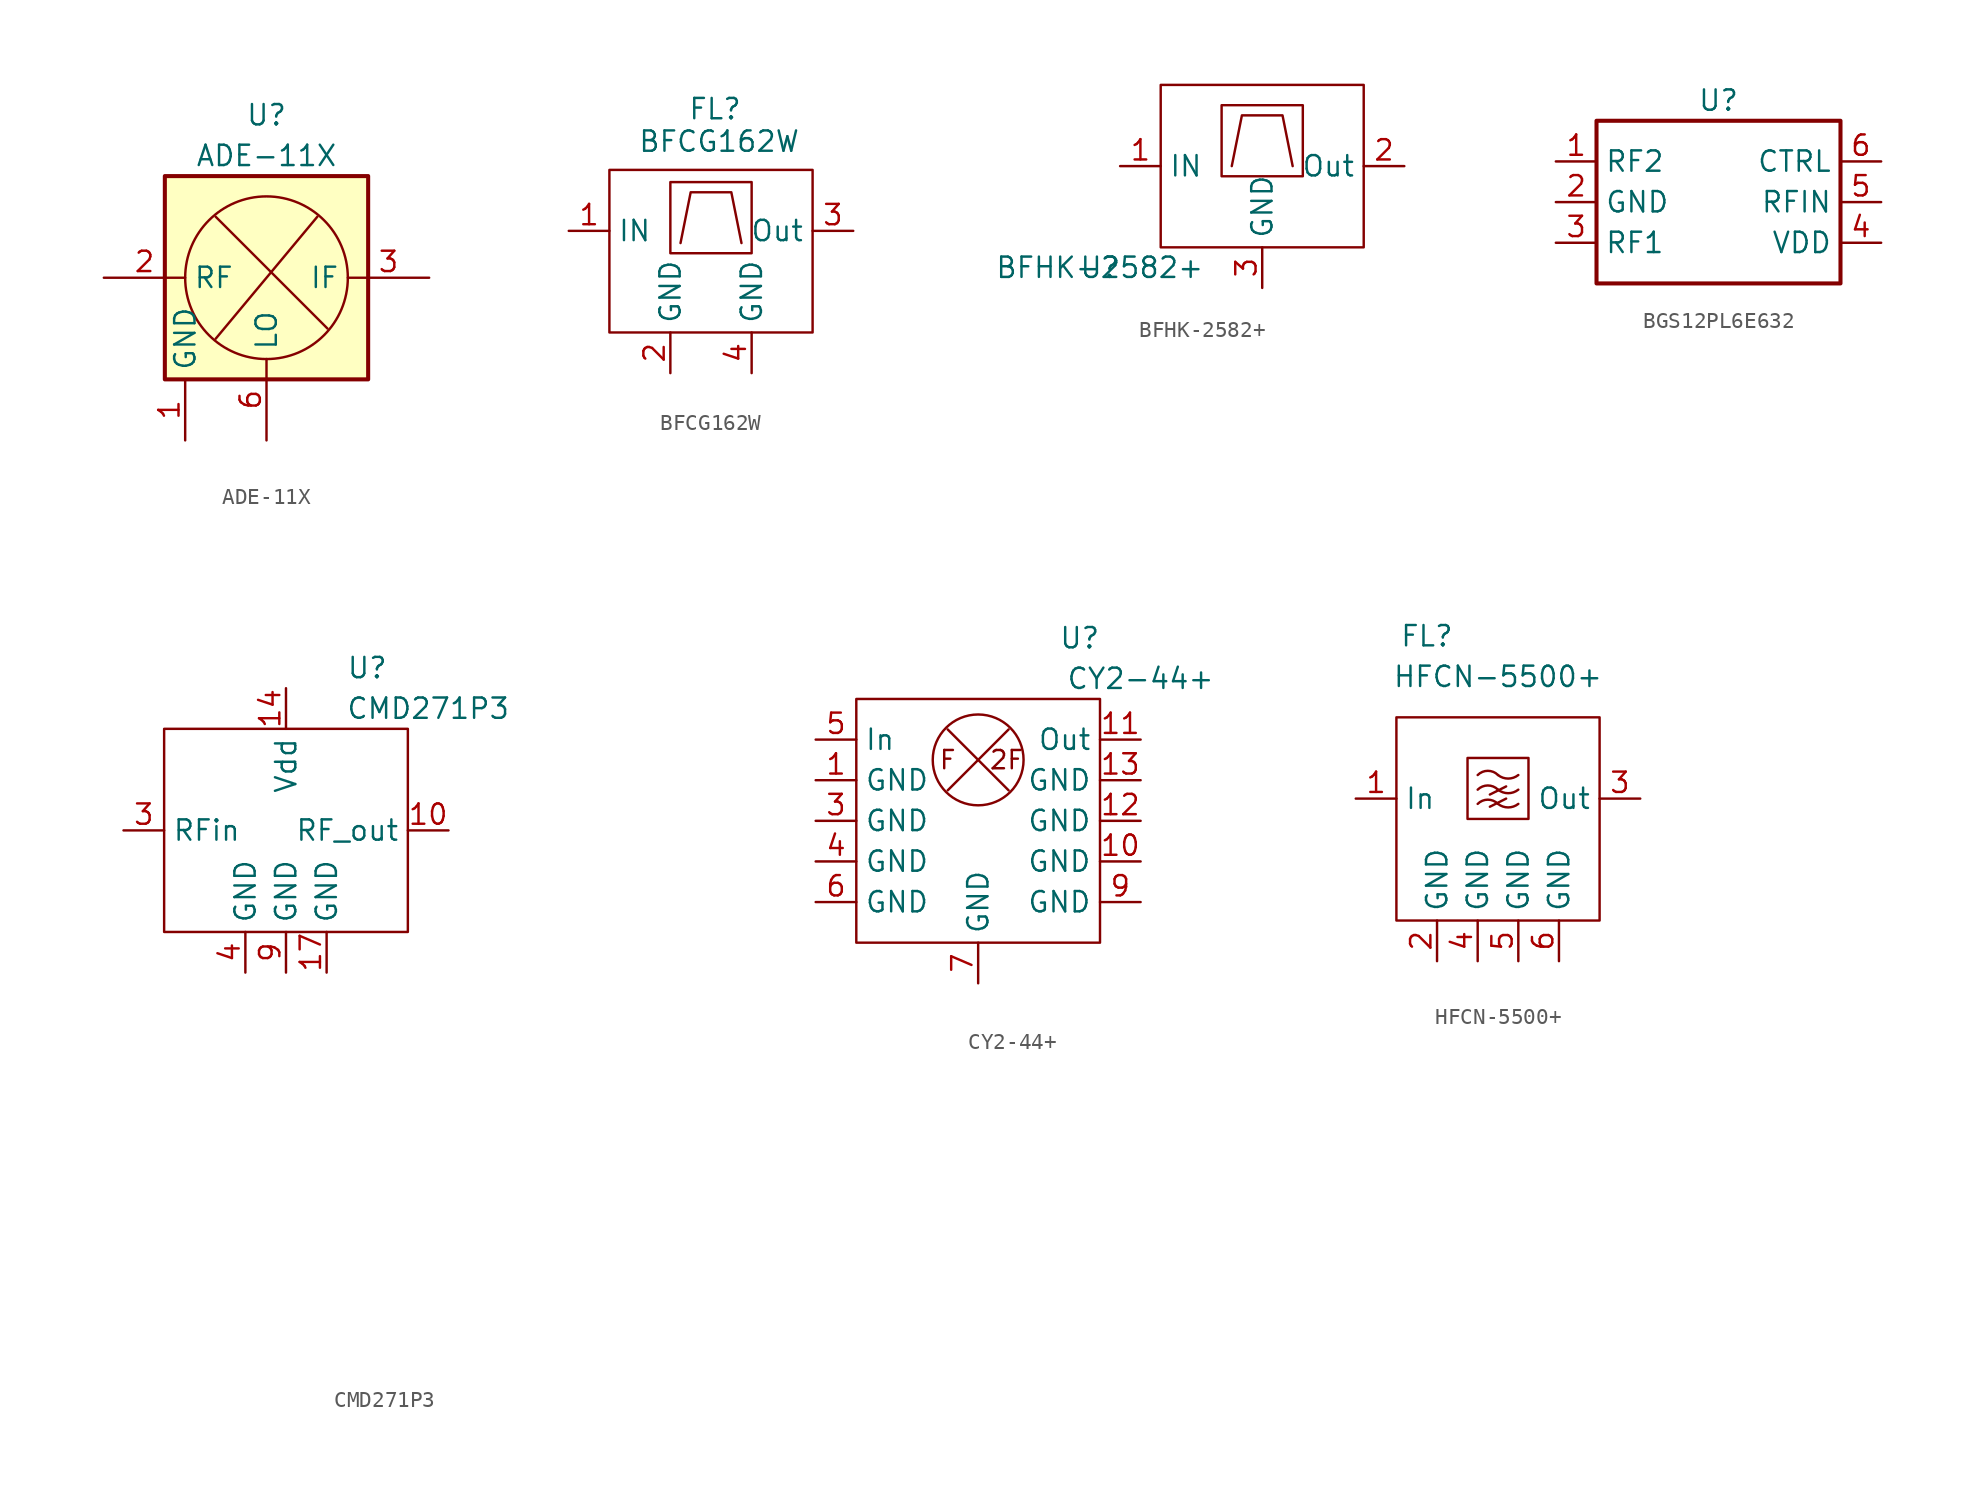
<source format=kicad_sym>
(kicad_symbol_lib
  (version 20220914)
  (generator kicad_symbol_editor)
  (symbol "ADE-11X"
    (property "Reference" "U"
      (at 0 10.16 0)
      (effects (font (size 1.27 1.27))))
    (property "Value" "ADE-11X"
      (at 0 7.62 0)
      (effects (font (size 1.27 1.27))))
    (symbol "ADE-11X_0_1"
      (rectangle (start -6.35 6.35) (end 6.35 -6.35) (stroke (width 0.254) (type default)) (fill (type background)))
      (polyline (pts (xy -3.175 -3.81) (xy 3.175 3.81)) (stroke (width 0) (type default)) (fill (type none)))
      (polyline (pts (xy 3.81 -3.175) (xy -3.175 3.81)) (stroke (width 0) (type default)) (fill (type none)))
      (circle (center 0 0) (radius 5.08) (stroke (width 0) (type default)) (fill (type none))))
    (symbol "ADE-11X_1_1"
      (pin power_in line (at -5.08 -10.16 90) (length 3.81) (name "GND" (effects (font (size 1.27 1.27)))) (number "1" (effects (font (size 1.27 1.27)))))
      (pin input line (at -10.16 0 0) (length 5.08) (name "RF" (effects (font (size 1.27 1.27)))) (number "2" (effects (font (size 1.27 1.27)))))
      (pin output line (at 10.16 0 180) (length 5.08) (name "IF" (effects (font (size 1.27 1.27)))) (number "3" (effects (font (size 1.27 1.27)))))
      (pin passive line (at -5.08 -10.16 90) (length 3.81) hide (name "GND" (effects (font (size 1.27 1.27)))) (number "4" (effects (font (size 1.27 1.27)))))
      (pin passive line (at -5.08 -10.16 90) (length 3.81) hide (name "GND" (effects (font (size 1.27 1.27)))) (number "5" (effects (font (size 1.27 1.27)))))
      (pin input line (at 0 -10.16 90) (length 5.08) (name "LO" (effects (font (size 1.27 1.27)))) (number "6" (effects (font (size 1.27 1.27)))))))
  (symbol "BFCG162W"
    (property "Reference" "FL"
      (at 0.254 7.62 0)
      (effects (font (size 1.27 1.27))))
    (property "Value" "BFCG162W"
      (at 0.508 5.588 0)
      (effects (font (size 1.27 1.27))))
    (symbol "BFCG162W_0_0"
      (rectangle (start -6.35 3.81) (end 6.35 -6.35) (stroke (width 0) (type default)) (fill (type none)))
      (rectangle (start -2.54 3.048) (end 2.54 -1.397) (stroke (width 0) (type default)) (fill (type none)))
      (polyline (pts (xy -1.905 -0.762) (xy -1.27 2.413) (xy 1.27 2.413) (xy 1.905 -0.762)) (stroke (width 0) (type default)) (fill (type none)))
      (pin input line (at -8.89 0 0) (length 2.54) (name "IN" (effects (font (size 1.27 1.27)))) (number "1" (effects (font (size 1.27 1.27)))))
      (pin passive line (at -2.54 -8.89 90) (length 2.54) (name "GND" (effects (font (size 1.27 1.27)))) (number "2" (effects (font (size 1.27 1.27)))))
      (pin output line (at 8.89 0 180) (length 2.54) (name "Out" (effects (font (size 1.27 1.27)))) (number "3" (effects (font (size 1.27 1.27)))))
      (pin passive line (at 2.54 -8.89 90) (length 2.54) (name "GND" (effects (font (size 1.27 1.27)))) (number "4" (effects (font (size 1.27 1.27)))))))
  (symbol "BFHK-2582+"
    (property "Reference" "U"
      (at 0 0 0)
      (effects (font (size 1.27 1.27))))
    (property "Value" "BFHK-2582+"
      (at 0 0 0)
      (effects (font (size 1.27 1.27))))
    (symbol "BFHK-2582+_0_0"
      (polyline (pts (xy 8.255 6.35) (xy 8.89 9.525) (xy 11.43 9.525) (xy 12.065 6.35)) (stroke (width 0) (type default)) (fill (type none)))
      (rectangle (start 3.81 11.43) (end 16.51 1.27) (stroke (width 0) (type default)) (fill (type none)))
      (rectangle (start 7.62 10.16) (end 12.7 5.715) (stroke (width 0) (type default)) (fill (type none)))
      (pin input line (at 1.27 6.35 0) (length 2.54) (name "IN" (effects (font (size 1.27 1.27)))) (number "1" (effects (font (size 1.27 1.27)))))
      (pin output line (at 19.05 6.35 180) (length 2.54) (name "Out" (effects (font (size 1.27 1.27)))) (number "2" (effects (font (size 1.27 1.27)))))
      (pin passive line (at 10.16 -1.27 90) (length 2.54) (name "GND" (effects (font (size 1.27 1.27)))) (number "3" (effects (font (size 1.27 1.27)))))))
  (symbol "BGS12PL6E632"
    (property "Reference" "U"
      (at 0 6.35 0)
      (effects (font (size 1.27 1.27))))
    (property "Value" ""
      (at 5.08 -1.27 0)
      (effects (font (size 1.27 1.27))))
    (symbol "BGS12PL6E632_0_0"
      (text "" (at 3.81 3.81 0) (effects (font (size 1.27 1.27)))))
    (symbol "BGS12PL6E632_1_0"
      (rectangle (start 7.62 5.08) (end -7.62 -5.08) (stroke (width 0.254) (type default)) (fill (type none)))
      (pin passive line (at -10.16 2.54 0) (length 2.54) (name "RF2" (effects (font (size 1.27 1.27)))) (number "1" (effects (font (size 1.27 1.27)))))
      (pin passive line (at -10.16 0 0) (length 2.54) (name "GND" (effects (font (size 1.27 1.27)))) (number "2" (effects (font (size 1.27 1.27)))))
      (pin passive line (at -10.16 -2.54 0) (length 2.54) (name "RF1" (effects (font (size 1.27 1.27)))) (number "3" (effects (font (size 1.27 1.27)))))
      (pin passive line (at 10.16 -2.54 180) (length 2.54) (name "VDD" (effects (font (size 1.27 1.27)))) (number "4" (effects (font (size 1.27 1.27)))))
      (pin passive line (at 10.16 0 180) (length 2.54) (name "RFIN" (effects (font (size 1.27 1.27)))) (number "5" (effects (font (size 1.27 1.27)))))
      (pin passive line (at 10.16 2.54 180) (length 2.54) (name "CTRL" (effects (font (size 1.27 1.27)))) (number "6" (effects (font (size 1.27 1.27)))))))
  (symbol "CMD271P3"
    (property "Reference" "U"
      (at 5.08 10.16 0)
      (effects (font (size 1.27 1.27))))
    (property "Value" "CMD271P3"
      (at 8.89 7.62 0)
      (effects (font (size 1.27 1.27))))
    (symbol "CMD271P3_0_0"
      (pin no_connect line (at 20.32 -5.08 0) (length 2.54) hide (name "NC" (effects (font (size 1.27 1.27)))) (number "1" (effects (font (size 1.27 1.27)))))
      (pin unspecified line (at 10.16 0 180) (length 2.54) (name "RF_out" (effects (font (size 1.27 1.27)))) (number "10" (effects (font (size 1.27 1.27)))))
      (pin no_connect line (at 20.32 -20.32 0) (length 2.54) hide (name "NC" (effects (font (size 1.27 1.27)))) (number "11" (effects (font (size 1.27 1.27)))))
      (pin no_connect line (at 20.32 -22.86 0) (length 2.54) hide (name "NC" (effects (font (size 1.27 1.27)))) (number "12" (effects (font (size 1.27 1.27)))))
      (pin no_connect line (at 20.32 -25.4 0) (length 2.54) hide (name "NC" (effects (font (size 1.27 1.27)))) (number "13" (effects (font (size 1.27 1.27)))))
      (pin unspecified line (at 0 8.89 270) (length 2.54) (name "Vdd" (effects (font (size 1.27 1.27)))) (number "14" (effects (font (size 1.27 1.27)))))
      (pin no_connect line (at 20.32 -27.94 0) (length 2.54) hide (name "NC" (effects (font (size 1.27 1.27)))) (number "15" (effects (font (size 1.27 1.27)))))
      (pin no_connect line (at 20.32 -30.48 0) (length 2.54) hide (name "NC" (effects (font (size 1.27 1.27)))) (number "16" (effects (font (size 1.27 1.27)))))
      (pin unspecified line (at 2.54 -8.89 90) (length 2.54) (name "GND" (effects (font (size 1.27 1.27)))) (number "17" (effects (font (size 1.27 1.27)))))
      (pin no_connect line (at 20.32 -7.62 0) (length 2.54) hide (name "NC" (effects (font (size 1.27 1.27)))) (number "2" (effects (font (size 1.27 1.27)))))
      (pin unspecified line (at -10.16 0 0) (length 2.54) (name "RFin" (effects (font (size 1.27 1.27)))) (number "3" (effects (font (size 1.27 1.27)))))
      (pin unspecified line (at -2.54 -8.89 90) (length 2.54) (name "GND" (effects (font (size 1.27 1.27)))) (number "4" (effects (font (size 1.27 1.27)))))
      (pin no_connect line (at 20.32 -10.16 0) (length 2.54) hide (name "NC" (effects (font (size 1.27 1.27)))) (number "5" (effects (font (size 1.27 1.27)))))
      (pin no_connect line (at 20.32 -12.7 0) (length 2.54) hide (name "NC" (effects (font (size 1.27 1.27)))) (number "6" (effects (font (size 1.27 1.27)))))
      (pin no_connect line (at 20.32 -15.24 0) (length 2.54) hide (name "NC" (effects (font (size 1.27 1.27)))) (number "7" (effects (font (size 1.27 1.27)))))
      (pin no_connect line (at 20.32 -17.78 0) (length 2.54) hide (name "NC" (effects (font (size 1.27 1.27)))) (number "8" (effects (font (size 1.27 1.27)))))
      (pin unspecified line (at 0 -8.89 90) (length 2.54) (name "GND" (effects (font (size 1.27 1.27)))) (number "9" (effects (font (size 1.27 1.27))))))
    (symbol "CMD271P3_0_1"
      (rectangle (start -7.62 6.35) (end 7.62 -6.35) (stroke (width 0) (type default)) (fill (type none)))))
  (symbol "CY2-44+"
    (property "Reference" "U"
      (at 10.16 13.97 0)
      (effects (font (size 1.27 1.27))))
    (property "Value" "CY2-44+"
      (at 13.97 11.43 0)
      (effects (font (size 1.27 1.27))))
    (symbol "CY2-44+_0_0"
      (text "2F" (at 5.588 6.35 0) (effects (font (size 1.143 1.143))))
      (text "F" (at 1.905 6.35 0) (effects (font (size 1.143 1.143))))
      (pin unspecified line (at -6.35 5.08 0) (length 2.54) (name "GND" (effects (font (size 1.27 1.27)))) (number "1" (effects (font (size 1.27 1.27)))))
      (pin unspecified line (at 13.97 0 180) (length 2.54) (name "GND" (effects (font (size 1.27 1.27)))) (number "10" (effects (font (size 1.27 1.27)))))
      (pin unspecified line (at 13.97 7.62 180) (length 2.54) (name "Out" (effects (font (size 1.27 1.27)))) (number "11" (effects (font (size 1.27 1.27)))))
      (pin unspecified line (at 13.97 2.54 180) (length 2.54) (name "GND" (effects (font (size 1.27 1.27)))) (number "12" (effects (font (size 1.27 1.27)))))
      (pin unspecified line (at 13.97 5.08 180) (length 2.54) (name "GND" (effects (font (size 1.27 1.27)))) (number "13" (effects (font (size 1.27 1.27)))))
      (pin unspecified line (at 2.54 13.97 270) (length 2.54) hide (name "" (effects (font (size 1.27 1.27)))) (number "2" (effects (font (size 1.27 1.27)))))
      (pin unspecified line (at -6.35 2.54 0) (length 2.54) (name "GND" (effects (font (size 1.27 1.27)))) (number "3" (effects (font (size 1.27 1.27)))))
      (pin unspecified line (at -6.35 0 0) (length 2.54) (name "GND" (effects (font (size 1.27 1.27)))) (number "4" (effects (font (size 1.27 1.27)))))
      (pin unspecified line (at -6.35 7.62 0) (length 2.54) (name "In" (effects (font (size 1.27 1.27)))) (number "5" (effects (font (size 1.27 1.27)))))
      (pin unspecified line (at -6.35 -2.54 0) (length 2.54) (name "GND" (effects (font (size 1.27 1.27)))) (number "6" (effects (font (size 1.27 1.27)))))
      (pin unspecified line (at 3.81 -7.62 90) (length 2.54) (name "GND" (effects (font (size 1.27 1.27)))) (number "7" (effects (font (size 1.27 1.27)))))
      (pin unspecified line (at 6.35 13.97 270) (length 2.54) hide (name "" (effects (font (size 1.27 1.27)))) (number "8" (effects (font (size 1.27 1.27)))))
      (pin unspecified line (at 13.97 -2.54 180) (length 2.54) (name "GND" (effects (font (size 1.27 1.27)))) (number "9" (effects (font (size 1.27 1.27))))))
    (symbol "CY2-44+_0_1"
      (rectangle (start -3.81 10.16) (end 11.43 -5.08) (stroke (width 0) (type default)) (fill (type none)))
      (polyline (pts (xy 1.905 8.255) (xy 5.715 4.445)) (stroke (width 0) (type default)) (fill (type none)))
      (polyline (pts (xy 5.715 8.255) (xy 1.905 4.445)) (stroke (width 0) (type default)) (fill (type none)))
      (circle (center 3.81 6.35) (radius 2.84) (stroke (width 0) (type default)) (fill (type none)))))
  (symbol "HFCN-5500+"
    (property "Reference" "FL"
      (at 1.905 21.59 0)
      (effects (font (size 1.27 1.27))))
    (property "Value" "HFCN-5500+"
      (at 6.35 19.05 0)
      (effects (font (size 1.27 1.27))))
    (symbol "HFCN-5500+_0_0"
      (pin input line (at -2.54 11.43 0) (length 2.54) (name "In" (effects (font (size 1.27 1.27)))) (number "1" (effects (font (size 1.27 1.27)))))
      (pin passive line (at 2.54 1.27 90) (length 2.54) (name "GND" (effects (font (size 1.27 1.27)))) (number "2" (effects (font (size 1.27 1.27)))))
      (pin output line (at 15.24 11.43 180) (length 2.54) (name "Out" (effects (font (size 1.27 1.27)))) (number "3" (effects (font (size 1.27 1.27)))))
      (pin passive line (at 5.08 1.27 90) (length 2.54) (name "GND" (effects (font (size 1.27 1.27)))) (number "4" (effects (font (size 1.27 1.27)))))
      (pin passive line (at 7.62 1.27 90) (length 2.54) (name "GND" (effects (font (size 1.27 1.27)))) (number "5" (effects (font (size 1.27 1.27)))))
      (pin passive line (at 10.16 1.27 90) (length 2.54) (name "GND" (effects (font (size 1.27 1.27)))) (number "6" (effects (font (size 1.27 1.27))))))
    (symbol "HFCN-5500+_0_1"
      (polyline (pts (xy 5.842 10.922) (xy 6.858 11.43)) (stroke (width 0) (type default)) (fill (type none)))
      (polyline (pts (xy 5.842 11.684) (xy 6.858 12.192)) (stroke (width 0) (type default)) (fill (type none)))
      (rectangle (start 0 16.51) (end 12.7 3.81) (stroke (width 0) (type default)) (fill (type none)))
      (rectangle (start 4.445 13.97) (end 8.255 10.16) (stroke (width 0) (type default)) (fill (type none)))
      (arc (start 6.35 11.0998) (mid 5.715 11.3629) (end 5.08 11.0998) (stroke (width 0) (type default)) (fill (type none)))
      (arc (start 6.35 11.0998) (mid 6.985 10.8788) (end 7.62 11.0998) (stroke (width 0) (type default)) (fill (type none)))
      (arc (start 6.35 11.9888) (mid 5.715 12.251) (end 5.08 11.9888) (stroke (width 0) (type default)) (fill (type none)))
      (arc (start 6.35 11.9888) (mid 6.985 11.7678) (end 7.62 11.9888) (stroke (width 0) (type default)) (fill (type none)))
      (arc (start 6.35 12.9032) (mid 5.715 13.1663) (end 5.08 12.9032) (stroke (width 0) (type default)) (fill (type none)))
      (arc (start 6.35 12.9032) (mid 6.985 12.682) (end 7.62 12.9032) (stroke (width 0) (type default)) (fill (type none))))))
</source>
